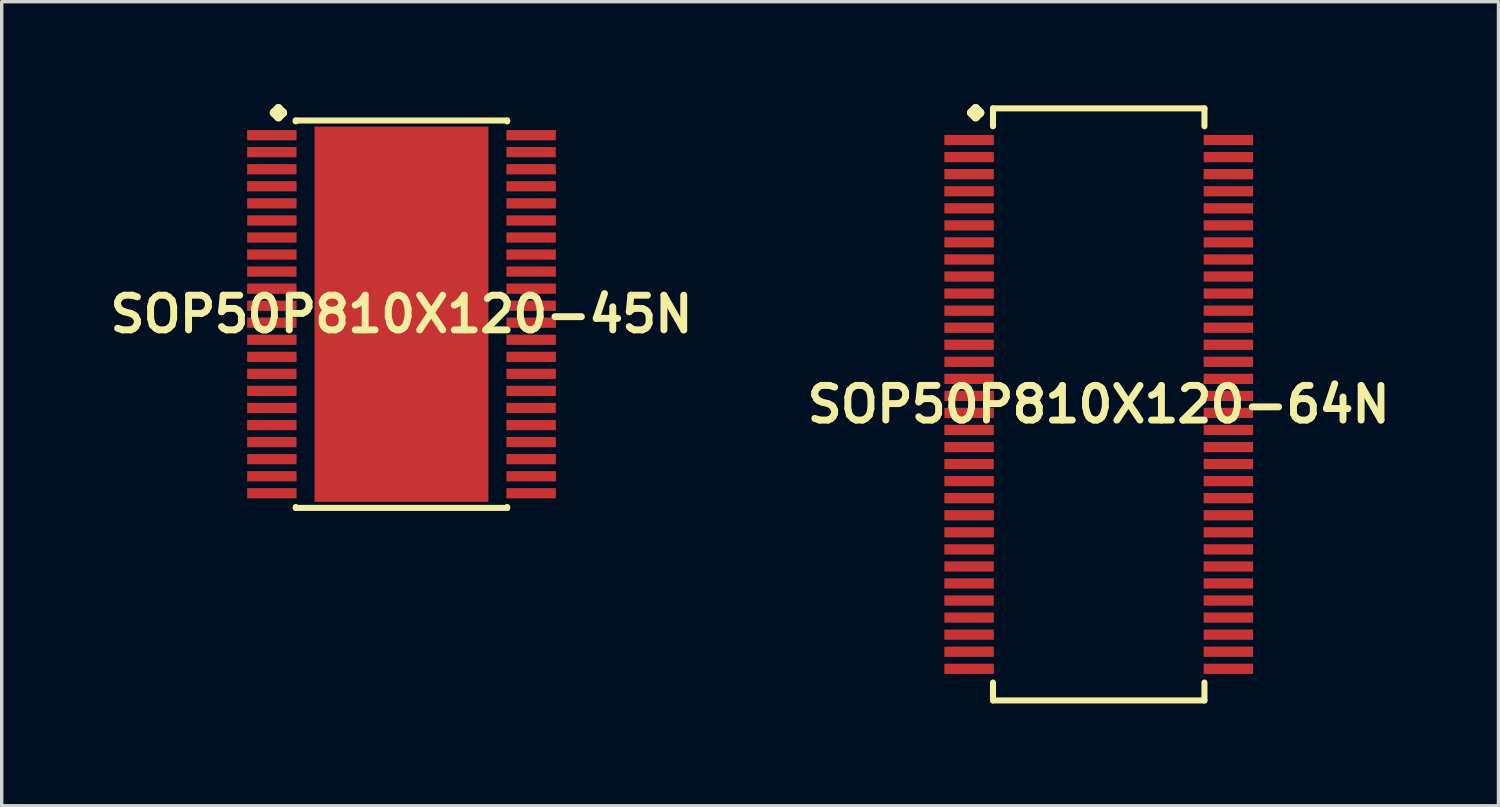
<source format=kicad_pcb>
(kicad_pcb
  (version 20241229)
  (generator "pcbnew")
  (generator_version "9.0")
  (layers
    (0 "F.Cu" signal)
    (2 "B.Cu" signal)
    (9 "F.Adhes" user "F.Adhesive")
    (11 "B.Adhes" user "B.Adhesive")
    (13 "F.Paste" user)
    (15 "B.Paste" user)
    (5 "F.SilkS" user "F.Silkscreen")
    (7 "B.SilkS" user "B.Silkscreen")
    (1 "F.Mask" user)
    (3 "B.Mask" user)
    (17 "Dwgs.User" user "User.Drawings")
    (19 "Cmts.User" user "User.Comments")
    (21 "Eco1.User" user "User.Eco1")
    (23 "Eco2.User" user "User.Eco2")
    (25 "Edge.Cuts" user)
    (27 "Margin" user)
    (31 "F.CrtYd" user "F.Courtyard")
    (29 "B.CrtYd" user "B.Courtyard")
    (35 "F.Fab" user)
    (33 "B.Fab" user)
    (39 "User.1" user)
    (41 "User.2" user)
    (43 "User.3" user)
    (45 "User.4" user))
  (footprint "SOP50P810X120-64N"
    (layer "F.Cu")
    (at 29.155 8.804)
    (property "Reference" "SOP50P810X120-64N" (at 0 0 0) (layer "F.SilkS") (effects (font (size 1.016 1.016) (thickness 0.203))))
    (attr smd)
    (fp_line (start -3.734 -8.55) (end -3.607 -8.677) (stroke (width 0.254) (type solid)) (layer "F.SilkS"))
    (fp_line (start -3.607 -8.677) (end -3.48 -8.55) (stroke (width 0.254) (type solid)) (layer "F.SilkS"))
    (fp_line (start -3.607 -8.423) (end -3.734 -8.55) (stroke (width 0.254) (type solid)) (layer "F.SilkS"))
    (fp_line (start -3.48 -8.55) (end -3.607 -8.423) (stroke (width 0.254) (type solid)) (layer "F.SilkS"))
    (fp_line (start -3.099 -8.677) (end 3.099 -8.677) (stroke (width 0.178) (type solid)) (layer "F.SilkS"))
    (fp_line (start -3.099 -8.153) (end -3.099 -8.677) (stroke (width 0.178) (type solid)) (layer "F.SilkS"))
    (fp_line (start -3.099 8.153) (end -3.099 8.677) (stroke (width 0.178) (type solid)) (layer "F.SilkS"))
    (fp_line (start -3.099 8.677) (end 3.099 8.677) (stroke (width 0.178) (type solid)) (layer "F.SilkS"))
    (fp_line (start 3.099 -8.677) (end 3.099 -8.153) (stroke (width 0.178) (type solid)) (layer "F.SilkS"))
    (fp_line (start 3.099 8.677) (end 3.099 8.153) (stroke (width 0.178) (type solid)) (layer "F.SilkS"))
    (pad "1" smd rect (at -3.8 -7.75) (size 1.448 0.3) (layers "F.Cu" "F.Mask" "F.Paste"))
    (pad "2" smd rect (at -3.8 -7.249) (size 1.448 0.3) (layers "F.Cu" "F.Mask" "F.Paste"))
    (pad "3" smd rect (at -3.8 -6.749) (size 1.448 0.3) (layers "F.Cu" "F.Mask" "F.Paste"))
    (pad "4" smd rect (at -3.8 -6.248) (size 1.448 0.3) (layers "F.Cu" "F.Mask" "F.Paste"))
    (pad "5" smd rect (at -3.8 -5.748) (size 1.448 0.3) (layers "F.Cu" "F.Mask" "F.Paste"))
    (pad "6" smd rect (at -3.8 -5.248) (size 1.448 0.3) (layers "F.Cu" "F.Mask" "F.Paste"))
    (pad "7" smd rect (at -3.8 -4.75) (size 1.448 0.3) (layers "F.Cu" "F.Mask" "F.Paste"))
    (pad "8" smd rect (at -3.8 -4.249) (size 1.448 0.3) (layers "F.Cu" "F.Mask" "F.Paste"))
    (pad "9" smd rect (at -3.8 -3.749) (size 1.448 0.3) (layers "F.Cu" "F.Mask" "F.Paste"))
    (pad "10" smd rect (at -3.8 -3.249) (size 1.448 0.3) (layers "F.Cu" "F.Mask" "F.Paste"))
    (pad "11" smd rect (at -3.8 -2.748) (size 1.448 0.3) (layers "F.Cu" "F.Mask" "F.Paste"))
    (pad "12" smd rect (at -3.8 -2.248) (size 1.448 0.3) (layers "F.Cu" "F.Mask" "F.Paste"))
    (pad "13" smd rect (at -3.8 -1.748) (size 1.448 0.3) (layers "F.Cu" "F.Mask" "F.Paste"))
    (pad "14" smd rect (at -3.8 -1.25) (size 1.448 0.3) (layers "F.Cu" "F.Mask" "F.Paste"))
    (pad "15" smd rect (at -3.8 -0.749) (size 1.448 0.3) (layers "F.Cu" "F.Mask" "F.Paste"))
    (pad "16" smd rect (at -3.8 -0.249) (size 1.448 0.3) (layers "F.Cu" "F.Mask" "F.Paste"))
    (pad "17" smd rect (at -3.8 0.249) (size 1.448 0.3) (layers "F.Cu" "F.Mask" "F.Paste"))
    (pad "18" smd rect (at -3.8 0.749) (size 1.448 0.3) (layers "F.Cu" "F.Mask" "F.Paste"))
    (pad "19" smd rect (at -3.8 1.25) (size 1.448 0.3) (layers "F.Cu" "F.Mask" "F.Paste"))
    (pad "20" smd rect (at -3.8 1.748) (size 1.448 0.3) (layers "F.Cu" "F.Mask" "F.Paste"))
    (pad "21" smd rect (at -3.8 2.248) (size 1.448 0.3) (layers "F.Cu" "F.Mask" "F.Paste"))
    (pad "22" smd rect (at -3.8 2.748) (size 1.448 0.3) (layers "F.Cu" "F.Mask" "F.Paste"))
    (pad "23" smd rect (at -3.8 3.249) (size 1.448 0.3) (layers "F.Cu" "F.Mask" "F.Paste"))
    (pad "24" smd rect (at -3.8 3.749) (size 1.448 0.3) (layers "F.Cu" "F.Mask" "F.Paste"))
    (pad "25" smd rect (at -3.8 4.249) (size 1.448 0.3) (layers "F.Cu" "F.Mask" "F.Paste"))
    (pad "26" smd rect (at -3.8 4.75) (size 1.448 0.3) (layers "F.Cu" "F.Mask" "F.Paste"))
    (pad "27" smd rect (at -3.8 5.248) (size 1.448 0.3) (layers "F.Cu" "F.Mask" "F.Paste"))
    (pad "28" smd rect (at -3.8 5.748) (size 1.448 0.3) (layers "F.Cu" "F.Mask" "F.Paste"))
    (pad "29" smd rect (at -3.8 6.248) (size 1.448 0.3) (layers "F.Cu" "F.Mask" "F.Paste"))
    (pad "30" smd rect (at -3.8 6.749) (size 1.448 0.3) (layers "F.Cu" "F.Mask" "F.Paste"))
    (pad "31" smd rect (at -3.8 7.249) (size 1.448 0.3) (layers "F.Cu" "F.Mask" "F.Paste"))
    (pad "32" smd rect (at -3.8 7.75) (size 1.448 0.3) (layers "F.Cu" "F.Mask" "F.Paste"))
    (pad "33" smd rect (at 3.8 7.75) (size 1.448 0.3) (layers "F.Cu" "F.Mask" "F.Paste"))
    (pad "34" smd rect (at 3.8 7.249) (size 1.448 0.3) (layers "F.Cu" "F.Mask" "F.Paste"))
    (pad "35" smd rect (at 3.8 6.749) (size 1.448 0.3) (layers "F.Cu" "F.Mask" "F.Paste"))
    (pad "36" smd rect (at 3.8 6.248) (size 1.448 0.3) (layers "F.Cu" "F.Mask" "F.Paste"))
    (pad "37" smd rect (at 3.8 5.748) (size 1.448 0.3) (layers "F.Cu" "F.Mask" "F.Paste"))
    (pad "38" smd rect (at 3.8 5.248) (size 1.448 0.3) (layers "F.Cu" "F.Mask" "F.Paste"))
    (pad "39" smd rect (at 3.8 4.75) (size 1.448 0.3) (layers "F.Cu" "F.Mask" "F.Paste"))
    (pad "40" smd rect (at 3.8 4.249) (size 1.448 0.3) (layers "F.Cu" "F.Mask" "F.Paste"))
    (pad "41" smd rect (at 3.8 3.749) (size 1.448 0.3) (layers "F.Cu" "F.Mask" "F.Paste"))
    (pad "42" smd rect (at 3.8 3.249) (size 1.448 0.3) (layers "F.Cu" "F.Mask" "F.Paste"))
    (pad "43" smd rect (at 3.8 2.748) (size 1.448 0.3) (layers "F.Cu" "F.Mask" "F.Paste"))
    (pad "44" smd rect (at 3.8 2.248) (size 1.448 0.3) (layers "F.Cu" "F.Mask" "F.Paste"))
    (pad "45" smd rect (at 3.8 1.748) (size 1.448 0.3) (layers "F.Cu" "F.Mask" "F.Paste"))
    (pad "46" smd rect (at 3.8 1.25) (size 1.448 0.3) (layers "F.Cu" "F.Mask" "F.Paste"))
    (pad "47" smd rect (at 3.8 0.749) (size 1.448 0.3) (layers "F.Cu" "F.Mask" "F.Paste"))
    (pad "48" smd rect (at 3.8 0.249) (size 1.448 0.3) (layers "F.Cu" "F.Mask" "F.Paste"))
    (pad "49" smd rect (at 3.8 -0.249) (size 1.448 0.3) (layers "F.Cu" "F.Mask" "F.Paste"))
    (pad "50" smd rect (at 3.8 -0.749) (size 1.448 0.3) (layers "F.Cu" "F.Mask" "F.Paste"))
    (pad "51" smd rect (at 3.8 -1.25) (size 1.448 0.3) (layers "F.Cu" "F.Mask" "F.Paste"))
    (pad "52" smd rect (at 3.8 -1.748) (size 1.448 0.3) (layers "F.Cu" "F.Mask" "F.Paste"))
    (pad "53" smd rect (at 3.8 -2.248) (size 1.448 0.3) (layers "F.Cu" "F.Mask" "F.Paste"))
    (pad "54" smd rect (at 3.8 -2.748) (size 1.448 0.3) (layers "F.Cu" "F.Mask" "F.Paste"))
    (pad "55" smd rect (at 3.8 -3.249) (size 1.448 0.3) (layers "F.Cu" "F.Mask" "F.Paste"))
    (pad "56" smd rect (at 3.8 -3.749) (size 1.448 0.3) (layers "F.Cu" "F.Mask" "F.Paste"))
    (pad "57" smd rect (at 3.8 -4.249) (size 1.448 0.3) (layers "F.Cu" "F.Mask" "F.Paste"))
    (pad "58" smd rect (at 3.8 -4.75) (size 1.448 0.3) (layers "F.Cu" "F.Mask" "F.Paste"))
    (pad "59" smd rect (at 3.8 -5.248) (size 1.448 0.3) (layers "F.Cu" "F.Mask" "F.Paste"))
    (pad "60" smd rect (at 3.8 -5.748) (size 1.448 0.3) (layers "F.Cu" "F.Mask" "F.Paste"))
    (pad "61" smd rect (at 3.8 -6.248) (size 1.448 0.3) (layers "F.Cu" "F.Mask" "F.Paste"))
    (pad "62" smd rect (at 3.8 -6.749) (size 1.448 0.3) (layers "F.Cu" "F.Mask" "F.Paste"))
    (pad "63" smd rect (at 3.8 -7.249) (size 1.448 0.3) (layers "F.Cu" "F.Mask" "F.Paste"))
    (pad "64" smd rect (at 3.8 -7.75) (size 1.448 0.3) (layers "F.Cu" "F.Mask" "F.Paste")))
  (footprint "SOP50P810X120-45N"
    (layer "F.Cu")
    (at 8.718 6.16)
    (property "Reference" "SOP50P810X120-45N" (at 0 0 0) (layer "F.SilkS") (effects (font (size 1.016 1.016) (thickness 0.203))))
    (attr smd)
    (fp_line (start -3.734 -5.905) (end -3.607 -6.032) (stroke (width 0.254) (type solid)) (layer "F.SilkS"))
    (fp_line (start -3.607 -6.032) (end -3.48 -5.905) (stroke (width 0.254) (type solid)) (layer "F.SilkS"))
    (fp_line (start -3.607 -5.779) (end -3.734 -5.905) (stroke (width 0.254) (type solid)) (layer "F.SilkS"))
    (fp_line (start -3.48 -5.905) (end -3.607 -5.779) (stroke (width 0.254) (type solid)) (layer "F.SilkS"))
    (fp_line (start -3.099 -5.677) (end 3.099 -5.677) (stroke (width 0.178) (type solid)) (layer "F.SilkS"))
    (fp_line (start -3.099 -5.652) (end -3.099 -5.677) (stroke (width 0.178) (type solid)) (layer "F.SilkS"))
    (fp_line (start -3.099 5.652) (end -3.099 5.677) (stroke (width 0.178) (type solid)) (layer "F.SilkS"))
    (fp_line (start -3.099 5.677) (end 3.099 5.677) (stroke (width 0.178) (type solid)) (layer "F.SilkS"))
    (fp_line (start 3.099 -5.677) (end 3.099 -5.652) (stroke (width 0.178) (type solid)) (layer "F.SilkS"))
    (fp_line (start 3.099 5.677) (end 3.099 5.652) (stroke (width 0.178) (type solid)) (layer "F.SilkS"))
    (pad "1" smd rect (at -3.8 -5.248) (size 1.448 0.3) (layers "F.Cu" "F.Mask" "F.Paste"))
    (pad "2" smd rect (at -3.8 -4.75) (size 1.448 0.3) (layers "F.Cu" "F.Mask" "F.Paste"))
    (pad "3" smd rect (at -3.8 -4.249) (size 1.448 0.3) (layers "F.Cu" "F.Mask" "F.Paste"))
    (pad "4" smd rect (at -3.8 -3.749) (size 1.448 0.3) (layers "F.Cu" "F.Mask" "F.Paste"))
    (pad "5" smd rect (at -3.8 -3.249) (size 1.448 0.3) (layers "F.Cu" "F.Mask" "F.Paste"))
    (pad "6" smd rect (at -3.8 -2.748) (size 1.448 0.3) (layers "F.Cu" "F.Mask" "F.Paste"))
    (pad "7" smd rect (at -3.8 -2.248) (size 1.448 0.3) (layers "F.Cu" "F.Mask" "F.Paste"))
    (pad "8" smd rect (at -3.8 -1.748) (size 1.448 0.3) (layers "F.Cu" "F.Mask" "F.Paste"))
    (pad "9" smd rect (at -3.8 -1.25) (size 1.448 0.3) (layers "F.Cu" "F.Mask" "F.Paste"))
    (pad "10" smd rect (at -3.8 -0.749) (size 1.448 0.3) (layers "F.Cu" "F.Mask" "F.Paste"))
    (pad "11" smd rect (at -3.8 -0.249) (size 1.448 0.3) (layers "F.Cu" "F.Mask" "F.Paste"))
    (pad "12" smd rect (at -3.8 0.249) (size 1.448 0.3) (layers "F.Cu" "F.Mask" "F.Paste"))
    (pad "13" smd rect (at -3.8 0.749) (size 1.448 0.3) (layers "F.Cu" "F.Mask" "F.Paste"))
    (pad "14" smd rect (at -3.8 1.25) (size 1.448 0.3) (layers "F.Cu" "F.Mask" "F.Paste"))
    (pad "15" smd rect (at -3.8 1.748) (size 1.448 0.3) (layers "F.Cu" "F.Mask" "F.Paste"))
    (pad "16" smd rect (at -3.8 2.248) (size 1.448 0.3) (layers "F.Cu" "F.Mask" "F.Paste"))
    (pad "17" smd rect (at -3.8 2.748) (size 1.448 0.3) (layers "F.Cu" "F.Mask" "F.Paste"))
    (pad "18" smd rect (at -3.8 3.249) (size 1.448 0.3) (layers "F.Cu" "F.Mask" "F.Paste"))
    (pad "19" smd rect (at -3.8 3.749) (size 1.448 0.3) (layers "F.Cu" "F.Mask" "F.Paste"))
    (pad "20" smd rect (at -3.8 4.249) (size 1.448 0.3) (layers "F.Cu" "F.Mask" "F.Paste"))
    (pad "21" smd rect (at -3.8 4.75) (size 1.448 0.3) (layers "F.Cu" "F.Mask" "F.Paste"))
    (pad "22" smd rect (at -3.8 5.248) (size 1.448 0.3) (layers "F.Cu" "F.Mask" "F.Paste"))
    (pad "23" smd rect (at 3.8 5.248) (size 1.448 0.3) (layers "F.Cu" "F.Mask" "F.Paste"))
    (pad "24" smd rect (at 3.8 4.75) (size 1.448 0.3) (layers "F.Cu" "F.Mask" "F.Paste"))
    (pad "25" smd rect (at 3.8 4.249) (size 1.448 0.3) (layers "F.Cu" "F.Mask" "F.Paste"))
    (pad "26" smd rect (at 3.8 3.749) (size 1.448 0.3) (layers "F.Cu" "F.Mask" "F.Paste"))
    (pad "27" smd rect (at 3.8 3.249) (size 1.448 0.3) (layers "F.Cu" "F.Mask" "F.Paste"))
    (pad "28" smd rect (at 3.8 2.748) (size 1.448 0.3) (layers "F.Cu" "F.Mask" "F.Paste"))
    (pad "29" smd rect (at 3.8 2.248) (size 1.448 0.3) (layers "F.Cu" "F.Mask" "F.Paste"))
    (pad "30" smd rect (at 3.8 1.748) (size 1.448 0.3) (layers "F.Cu" "F.Mask" "F.Paste"))
    (pad "31" smd rect (at 3.8 1.25) (size 1.448 0.3) (layers "F.Cu" "F.Mask" "F.Paste"))
    (pad "32" smd rect (at 3.8 0.749) (size 1.448 0.3) (layers "F.Cu" "F.Mask" "F.Paste"))
    (pad "33" smd rect (at 3.8 0.249) (size 1.448 0.3) (layers "F.Cu" "F.Mask" "F.Paste"))
    (pad "34" smd rect (at 3.8 -0.249) (size 1.448 0.3) (layers "F.Cu" "F.Mask" "F.Paste"))
    (pad "35" smd rect (at 3.8 -0.749) (size 1.448 0.3) (layers "F.Cu" "F.Mask" "F.Paste"))
    (pad "36" smd rect (at 3.8 -1.25) (size 1.448 0.3) (layers "F.Cu" "F.Mask" "F.Paste"))
    (pad "37" smd rect (at 3.8 -1.748) (size 1.448 0.3) (layers "F.Cu" "F.Mask" "F.Paste"))
    (pad "38" smd rect (at 3.8 -2.248) (size 1.448 0.3) (layers "F.Cu" "F.Mask" "F.Paste"))
    (pad "39" smd rect (at 3.8 -2.748) (size 1.448 0.3) (layers "F.Cu" "F.Mask" "F.Paste"))
    (pad "40" smd rect (at 3.8 -3.249) (size 1.448 0.3) (layers "F.Cu" "F.Mask" "F.Paste"))
    (pad "41" smd rect (at 3.8 -3.749) (size 1.448 0.3) (layers "F.Cu" "F.Mask" "F.Paste"))
    (pad "42" smd rect (at 3.8 -4.249) (size 1.448 0.3) (layers "F.Cu" "F.Mask" "F.Paste"))
    (pad "43" smd rect (at 3.8 -4.75) (size 1.448 0.3) (layers "F.Cu" "F.Mask" "F.Paste"))
    (pad "44" smd rect (at 3.8 -5.248) (size 1.448 0.3) (layers "F.Cu" "F.Mask" "F.Paste"))
    (pad "45" smd rect (at 0 0) (size 5.098 10.998) (layers "F.Cu" "F.Mask" "F.Paste")))
  (gr_rect
    (start -3 -3)
    (end 40.873 20.569)
    (stroke (width 0.1) (type default))
    (fill no)
    (layer "Edge.Cuts")))
</source>
